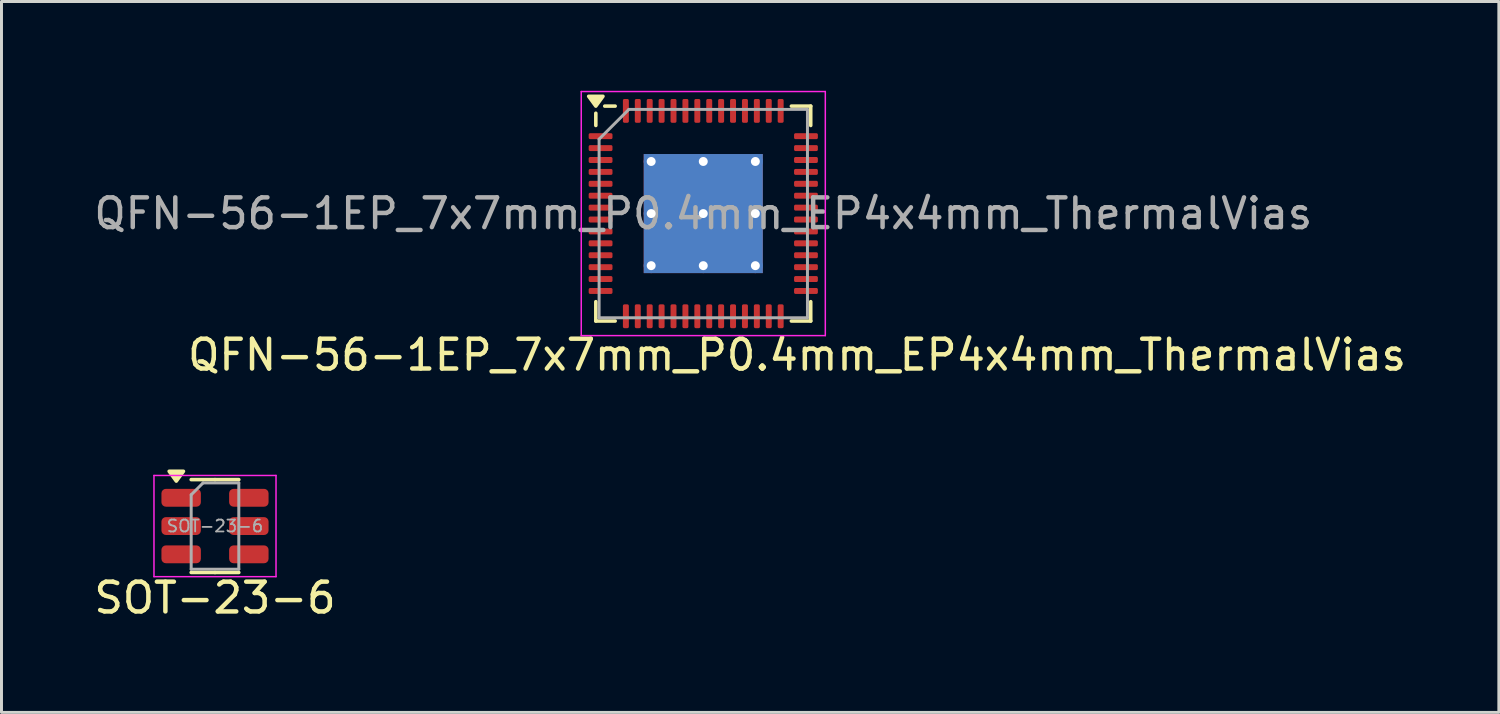
<source format=kicad_pcb>
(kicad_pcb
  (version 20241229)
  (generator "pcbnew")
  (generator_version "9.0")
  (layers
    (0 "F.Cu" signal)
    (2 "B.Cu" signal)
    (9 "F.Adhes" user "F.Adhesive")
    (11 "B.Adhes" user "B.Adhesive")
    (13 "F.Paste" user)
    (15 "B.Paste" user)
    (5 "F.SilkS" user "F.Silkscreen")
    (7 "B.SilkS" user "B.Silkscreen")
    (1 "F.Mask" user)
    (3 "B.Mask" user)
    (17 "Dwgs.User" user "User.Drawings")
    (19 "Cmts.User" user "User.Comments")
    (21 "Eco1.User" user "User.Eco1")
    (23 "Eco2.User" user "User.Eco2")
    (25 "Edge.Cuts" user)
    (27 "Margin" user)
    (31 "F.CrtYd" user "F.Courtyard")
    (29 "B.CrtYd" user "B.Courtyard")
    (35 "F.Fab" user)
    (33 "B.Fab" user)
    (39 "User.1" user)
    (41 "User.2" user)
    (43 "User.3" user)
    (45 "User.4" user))
  (footprint "QFN-56-1EP_7x7mm_P0.4mm_EP4x4mm_ThermalVias"
    (layer "F.Cu")
    (at 20.577 4.125)
    (property "Reference" "QFN-56-1EP_7x7mm_P0.4mm_EP4x4mm_ThermalVias" (at 3.15 4.75 0) (layer "F.SilkS") (effects (font (size 1 1) (thickness 0.15))))
    (attr smd)
    (fp_line (start -3.61 -2.96) (end -3.61 -3.37) (stroke (width 0.12) (type solid)) (layer "F.SilkS"))
    (fp_line (start -3.61 3.61) (end -3.61 2.96) (stroke (width 0.12) (type solid)) (layer "F.SilkS"))
    (fp_line (start -2.96 -3.61) (end -3.31 -3.61) (stroke (width 0.12) (type solid)) (layer "F.SilkS"))
    (fp_line (start -2.96 3.61) (end -3.61 3.61) (stroke (width 0.12) (type solid)) (layer "F.SilkS"))
    (fp_line (start 2.96 -3.61) (end 3.61 -3.61) (stroke (width 0.12) (type solid)) (layer "F.SilkS"))
    (fp_line (start 2.96 3.61) (end 3.61 3.61) (stroke (width 0.12) (type solid)) (layer "F.SilkS"))
    (fp_line (start 3.61 -3.61) (end 3.61 -2.96) (stroke (width 0.12) (type solid)) (layer "F.SilkS"))
    (fp_line (start 3.61 3.61) (end 3.61 2.96) (stroke (width 0.12) (type solid)) (layer "F.SilkS"))
    (fp_poly (pts (xy -3.61 -3.61) (xy -3.85 -3.94) (xy -3.37 -3.94) (xy -3.61 -3.61)) (stroke (width 0.12) (type solid)) (fill yes) (layer "F.SilkS"))
    (fp_line (start -4.1 -4.1) (end -4.1 4.1) (stroke (width 0.05) (type solid)) (layer "F.CrtYd"))
    (fp_line (start -4.1 4.1) (end 4.1 4.1) (stroke (width 0.05) (type solid)) (layer "F.CrtYd"))
    (fp_line (start 4.1 -4.1) (end -4.1 -4.1) (stroke (width 0.05) (type solid)) (layer "F.CrtYd"))
    (fp_line (start 4.1 4.1) (end 4.1 -4.1) (stroke (width 0.05) (type solid)) (layer "F.CrtYd"))
    (fp_line (start -3.5 -2.5) (end -2.5 -3.5) (stroke (width 0.1) (type solid)) (layer "F.Fab"))
    (fp_line (start -3.5 3.5) (end -3.5 -2.5) (stroke (width 0.1) (type solid)) (layer "F.Fab"))
    (fp_line (start -2.5 -3.5) (end 3.5 -3.5) (stroke (width 0.1) (type solid)) (layer "F.Fab"))
    (fp_line (start 3.5 -3.5) (end 3.5 3.5) (stroke (width 0.1) (type solid)) (layer "F.Fab"))
    (fp_line (start 3.5 3.5) (end -3.5 3.5) (stroke (width 0.1) (type solid)) (layer "F.Fab"))
    (fp_text user "${REFERENCE}" (at 0 0 0) (layer "F.Fab") (effects (font (size 1 1) (thickness 0.15))))
    (pad "" smd roundrect (at -0.875 -0.875) (size 1.549 1.549) (layers "F.Paste") (roundrect_rratio 0.161))
    (pad "" smd roundrect (at -0.875 0.875) (size 1.549 1.549) (layers "F.Paste") (roundrect_rratio 0.161))
    (pad "" smd roundrect (at 0.875 -0.875) (size 1.549 1.549) (layers "F.Paste") (roundrect_rratio 0.161))
    (pad "" smd roundrect (at 0.875 0.875) (size 1.549 1.549) (layers "F.Paste") (roundrect_rratio 0.161))
    (pad "1" smd roundrect (at -3.45 -2.6) (size 0.8 0.2) (layers "F.Cu" "F.Mask" "F.Paste") (roundrect_rratio 0.25))
    (pad "2" smd roundrect (at -3.45 -2.2) (size 0.8 0.2) (layers "F.Cu" "F.Mask" "F.Paste") (roundrect_rratio 0.25))
    (pad "3" smd roundrect (at -3.45 -1.8) (size 0.8 0.2) (layers "F.Cu" "F.Mask" "F.Paste") (roundrect_rratio 0.25))
    (pad "4" smd roundrect (at -3.45 -1.4) (size 0.8 0.2) (layers "F.Cu" "F.Mask" "F.Paste") (roundrect_rratio 0.25))
    (pad "5" smd roundrect (at -3.45 -1) (size 0.8 0.2) (layers "F.Cu" "F.Mask" "F.Paste") (roundrect_rratio 0.25))
    (pad "6" smd roundrect (at -3.45 -0.6) (size 0.8 0.2) (layers "F.Cu" "F.Mask" "F.Paste") (roundrect_rratio 0.25))
    (pad "7" smd roundrect (at -3.45 -0.2) (size 0.8 0.2) (layers "F.Cu" "F.Mask" "F.Paste") (roundrect_rratio 0.25))
    (pad "8" smd roundrect (at -3.45 0.2) (size 0.8 0.2) (layers "F.Cu" "F.Mask" "F.Paste") (roundrect_rratio 0.25))
    (pad "9" smd roundrect (at -3.45 0.6) (size 0.8 0.2) (layers "F.Cu" "F.Mask" "F.Paste") (roundrect_rratio 0.25))
    (pad "10" smd roundrect (at -3.45 1) (size 0.8 0.2) (layers "F.Cu" "F.Mask" "F.Paste") (roundrect_rratio 0.25))
    (pad "11" smd roundrect (at -3.45 1.4) (size 0.8 0.2) (layers "F.Cu" "F.Mask" "F.Paste") (roundrect_rratio 0.25))
    (pad "12" smd roundrect (at -3.45 1.8) (size 0.8 0.2) (layers "F.Cu" "F.Mask" "F.Paste") (roundrect_rratio 0.25))
    (pad "13" smd roundrect (at -3.45 2.2) (size 0.8 0.2) (layers "F.Cu" "F.Mask" "F.Paste") (roundrect_rratio 0.25))
    (pad "14" smd roundrect (at -3.45 2.6) (size 0.8 0.2) (layers "F.Cu" "F.Mask" "F.Paste") (roundrect_rratio 0.25))
    (pad "15" smd roundrect (at -2.6 3.45) (size 0.2 0.8) (layers "F.Cu" "F.Mask" "F.Paste") (roundrect_rratio 0.25))
    (pad "16" smd roundrect (at -2.2 3.45) (size 0.2 0.8) (layers "F.Cu" "F.Mask" "F.Paste") (roundrect_rratio 0.25))
    (pad "17" smd roundrect (at -1.8 3.45) (size 0.2 0.8) (layers "F.Cu" "F.Mask" "F.Paste") (roundrect_rratio 0.25))
    (pad "18" smd roundrect (at -1.4 3.45) (size 0.2 0.8) (layers "F.Cu" "F.Mask" "F.Paste") (roundrect_rratio 0.25))
    (pad "19" smd roundrect (at -1 3.45) (size 0.2 0.8) (layers "F.Cu" "F.Mask" "F.Paste") (roundrect_rratio 0.25))
    (pad "20" smd roundrect (at -0.6 3.45) (size 0.2 0.8) (layers "F.Cu" "F.Mask" "F.Paste") (roundrect_rratio 0.25))
    (pad "21" smd roundrect (at -0.2 3.45) (size 0.2 0.8) (layers "F.Cu" "F.Mask" "F.Paste") (roundrect_rratio 0.25))
    (pad "22" smd roundrect (at 0.2 3.45) (size 0.2 0.8) (layers "F.Cu" "F.Mask" "F.Paste") (roundrect_rratio 0.25))
    (pad "23" smd roundrect (at 0.6 3.45) (size 0.2 0.8) (layers "F.Cu" "F.Mask" "F.Paste") (roundrect_rratio 0.25))
    (pad "24" smd roundrect (at 1 3.45) (size 0.2 0.8) (layers "F.Cu" "F.Mask" "F.Paste") (roundrect_rratio 0.25))
    (pad "25" smd roundrect (at 1.4 3.45) (size 0.2 0.8) (layers "F.Cu" "F.Mask" "F.Paste") (roundrect_rratio 0.25))
    (pad "26" smd roundrect (at 1.8 3.45) (size 0.2 0.8) (layers "F.Cu" "F.Mask" "F.Paste") (roundrect_rratio 0.25))
    (pad "27" smd roundrect (at 2.2 3.45) (size 0.2 0.8) (layers "F.Cu" "F.Mask" "F.Paste") (roundrect_rratio 0.25))
    (pad "28" smd roundrect (at 2.6 3.45) (size 0.2 0.8) (layers "F.Cu" "F.Mask" "F.Paste") (roundrect_rratio 0.25))
    (pad "29" smd roundrect (at 3.45 2.6) (size 0.8 0.2) (layers "F.Cu" "F.Mask" "F.Paste") (roundrect_rratio 0.25))
    (pad "30" smd roundrect (at 3.45 2.2) (size 0.8 0.2) (layers "F.Cu" "F.Mask" "F.Paste") (roundrect_rratio 0.25))
    (pad "31" smd roundrect (at 3.45 1.8) (size 0.8 0.2) (layers "F.Cu" "F.Mask" "F.Paste") (roundrect_rratio 0.25))
    (pad "32" smd roundrect (at 3.45 1.4) (size 0.8 0.2) (layers "F.Cu" "F.Mask" "F.Paste") (roundrect_rratio 0.25))
    (pad "33" smd roundrect (at 3.45 1) (size 0.8 0.2) (layers "F.Cu" "F.Mask" "F.Paste") (roundrect_rratio 0.25))
    (pad "34" smd roundrect (at 3.45 0.6) (size 0.8 0.2) (layers "F.Cu" "F.Mask" "F.Paste") (roundrect_rratio 0.25))
    (pad "35" smd roundrect (at 3.45 0.2) (size 0.8 0.2) (layers "F.Cu" "F.Mask" "F.Paste") (roundrect_rratio 0.25))
    (pad "36" smd roundrect (at 3.45 -0.2) (size 0.8 0.2) (layers "F.Cu" "F.Mask" "F.Paste") (roundrect_rratio 0.25))
    (pad "37" smd roundrect (at 3.45 -0.6) (size 0.8 0.2) (layers "F.Cu" "F.Mask" "F.Paste") (roundrect_rratio 0.25))
    (pad "38" smd roundrect (at 3.45 -1) (size 0.8 0.2) (layers "F.Cu" "F.Mask" "F.Paste") (roundrect_rratio 0.25))
    (pad "39" smd roundrect (at 3.45 -1.4) (size 0.8 0.2) (layers "F.Cu" "F.Mask" "F.Paste") (roundrect_rratio 0.25))
    (pad "40" smd roundrect (at 3.45 -1.8) (size 0.8 0.2) (layers "F.Cu" "F.Mask" "F.Paste") (roundrect_rratio 0.25))
    (pad "41" smd roundrect (at 3.45 -2.2) (size 0.8 0.2) (layers "F.Cu" "F.Mask" "F.Paste") (roundrect_rratio 0.25))
    (pad "42" smd roundrect (at 3.45 -2.6) (size 0.8 0.2) (layers "F.Cu" "F.Mask" "F.Paste") (roundrect_rratio 0.25))
    (pad "43" smd roundrect (at 2.6 -3.45) (size 0.2 0.8) (layers "F.Cu" "F.Mask" "F.Paste") (roundrect_rratio 0.25))
    (pad "44" smd roundrect (at 2.2 -3.45) (size 0.2 0.8) (layers "F.Cu" "F.Mask" "F.Paste") (roundrect_rratio 0.25))
    (pad "45" smd roundrect (at 1.8 -3.45) (size 0.2 0.8) (layers "F.Cu" "F.Mask" "F.Paste") (roundrect_rratio 0.25))
    (pad "46" smd roundrect (at 1.4 -3.45) (size 0.2 0.8) (layers "F.Cu" "F.Mask" "F.Paste") (roundrect_rratio 0.25))
    (pad "47" smd roundrect (at 1 -3.45) (size 0.2 0.8) (layers "F.Cu" "F.Mask" "F.Paste") (roundrect_rratio 0.25))
    (pad "48" smd roundrect (at 0.6 -3.45) (size 0.2 0.8) (layers "F.Cu" "F.Mask" "F.Paste") (roundrect_rratio 0.25))
    (pad "49" smd roundrect (at 0.2 -3.45) (size 0.2 0.8) (layers "F.Cu" "F.Mask" "F.Paste") (roundrect_rratio 0.25))
    (pad "50" smd roundrect (at -0.2 -3.45) (size 0.2 0.8) (layers "F.Cu" "F.Mask" "F.Paste") (roundrect_rratio 0.25))
    (pad "51" smd roundrect (at -0.6 -3.45) (size 0.2 0.8) (layers "F.Cu" "F.Mask" "F.Paste") (roundrect_rratio 0.25))
    (pad "52" smd roundrect (at -1 -3.45) (size 0.2 0.8) (layers "F.Cu" "F.Mask" "F.Paste") (roundrect_rratio 0.25))
    (pad "53" smd roundrect (at -1.4 -3.45) (size 0.2 0.8) (layers "F.Cu" "F.Mask" "F.Paste") (roundrect_rratio 0.25))
    (pad "54" smd roundrect (at -1.8 -3.45) (size 0.2 0.8) (layers "F.Cu" "F.Mask" "F.Paste") (roundrect_rratio 0.25))
    (pad "55" smd roundrect (at -2.2 -3.45) (size 0.2 0.8) (layers "F.Cu" "F.Mask" "F.Paste") (roundrect_rratio 0.25))
    (pad "56" smd roundrect (at -2.6 -3.45) (size 0.2 0.8) (layers "F.Cu" "F.Mask" "F.Paste") (roundrect_rratio 0.25))
    (pad "57" thru_hole circle (at -1.75 -1.75) (size 0.5 0.5) (drill 0.3) (property pad_prop_heatsink) (layers "*.Cu"))
    (pad "57" thru_hole circle (at -1.75 0) (size 0.5 0.5) (drill 0.3) (property pad_prop_heatsink) (layers "*.Cu"))
    (pad "57" thru_hole circle (at -1.75 1.75) (size 0.5 0.5) (drill 0.3) (property pad_prop_heatsink) (layers "*.Cu"))
    (pad "57" thru_hole circle (at 0 -1.75) (size 0.5 0.5) (drill 0.3) (property pad_prop_heatsink) (layers "*.Cu"))
    (pad "57" thru_hole circle (at 0 0) (size 0.5 0.5) (drill 0.3) (property pad_prop_heatsink) (layers "*.Cu"))
    (pad "57" smd rect (at 0 0) (size 4 4) (property pad_prop_heatsink) (layers "F.Cu" "F.Mask"))
    (pad "57" smd rect (at 0 0) (size 4 4) (property pad_prop_heatsink) (layers "B.Cu"))
    (pad "57" thru_hole circle (at 0 1.75) (size 0.5 0.5) (drill 0.3) (property pad_prop_heatsink) (layers "*.Cu"))
    (pad "57" thru_hole circle (at 1.75 -1.75) (size 0.5 0.5) (drill 0.3) (property pad_prop_heatsink) (layers "*.Cu"))
    (pad "57" thru_hole circle (at 1.75 0) (size 0.5 0.5) (drill 0.3) (property pad_prop_heatsink) (layers "*.Cu"))
    (pad "57" thru_hole circle (at 1.75 1.75) (size 0.5 0.5) (drill 0.3) (property pad_prop_heatsink) (layers "*.Cu")))
  (footprint "SOT-23-6"
    (layer "F.Cu")
    (at 4.173 14.623)
    (property "Reference" "SOT-23-6" (at 0 2.413 180) (layer "F.SilkS") (effects (font (size 1 1) (thickness 0.15))))
    (attr smd)
    (fp_line (start 0 -1.56) (end -0.8 -1.56) (stroke (width 0.12) (type solid)) (layer "F.SilkS"))
    (fp_line (start 0 -1.56) (end 0.8 -1.56) (stroke (width 0.12) (type solid)) (layer "F.SilkS"))
    (fp_line (start 0 1.56) (end -0.8 1.56) (stroke (width 0.12) (type solid)) (layer "F.SilkS"))
    (fp_line (start 0 1.56) (end 0.8 1.56) (stroke (width 0.12) (type solid)) (layer "F.SilkS"))
    (fp_poly (pts (xy -1.3 -1.51) (xy -1.54 -1.84) (xy -1.06 -1.84) (xy -1.3 -1.51)) (stroke (width 0.12) (type solid)) (fill yes) (layer "F.SilkS"))
    (fp_line (start -2.05 -1.7) (end -2.05 1.7) (stroke (width 0.05) (type solid)) (layer "F.CrtYd"))
    (fp_line (start -2.05 1.7) (end 2.05 1.7) (stroke (width 0.05) (type solid)) (layer "F.CrtYd"))
    (fp_line (start 2.05 -1.7) (end -2.05 -1.7) (stroke (width 0.05) (type solid)) (layer "F.CrtYd"))
    (fp_line (start 2.05 1.7) (end 2.05 -1.7) (stroke (width 0.05) (type solid)) (layer "F.CrtYd"))
    (fp_line (start -0.8 -1.05) (end -0.4 -1.45) (stroke (width 0.1) (type solid)) (layer "F.Fab"))
    (fp_line (start -0.8 1.45) (end -0.8 -1.05) (stroke (width 0.1) (type solid)) (layer "F.Fab"))
    (fp_line (start -0.4 -1.45) (end 0.8 -1.45) (stroke (width 0.1) (type solid)) (layer "F.Fab"))
    (fp_line (start 0.8 -1.45) (end 0.8 1.45) (stroke (width 0.1) (type solid)) (layer "F.Fab"))
    (fp_line (start 0.8 1.45) (end -0.8 1.45) (stroke (width 0.1) (type solid)) (layer "F.Fab"))
    (fp_text user "${REFERENCE}" (at 0 0 180) (layer "F.Fab") (effects (font (size 0.4 0.4) (thickness 0.06))))
    (pad "1" smd roundrect (at -1.137 -0.95) (size 1.325 0.6) (layers "F.Cu" "F.Mask" "F.Paste") (roundrect_rratio 0.25))
    (pad "2" smd roundrect (at -1.137 0) (size 1.325 0.6) (layers "F.Cu" "F.Mask" "F.Paste") (roundrect_rratio 0.25))
    (pad "3" smd roundrect (at -1.137 0.95) (size 1.325 0.6) (layers "F.Cu" "F.Mask" "F.Paste") (roundrect_rratio 0.25))
    (pad "4" smd roundrect (at 1.137 0.95) (size 1.325 0.6) (layers "F.Cu" "F.Mask" "F.Paste") (roundrect_rratio 0.25))
    (pad "5" smd roundrect (at 1.137 0) (size 1.325 0.6) (layers "F.Cu" "F.Mask" "F.Paste") (roundrect_rratio 0.25))
    (pad "6" smd roundrect (at 1.137 -0.95) (size 1.325 0.6) (layers "F.Cu" "F.Mask" "F.Paste") (roundrect_rratio 0.25)))
  (gr_rect
    (start -3 -3)
    (end 47.305 20.884)
    (stroke (width 0.1) (type default))
    (fill no)
    (layer "Edge.Cuts")))
</source>
